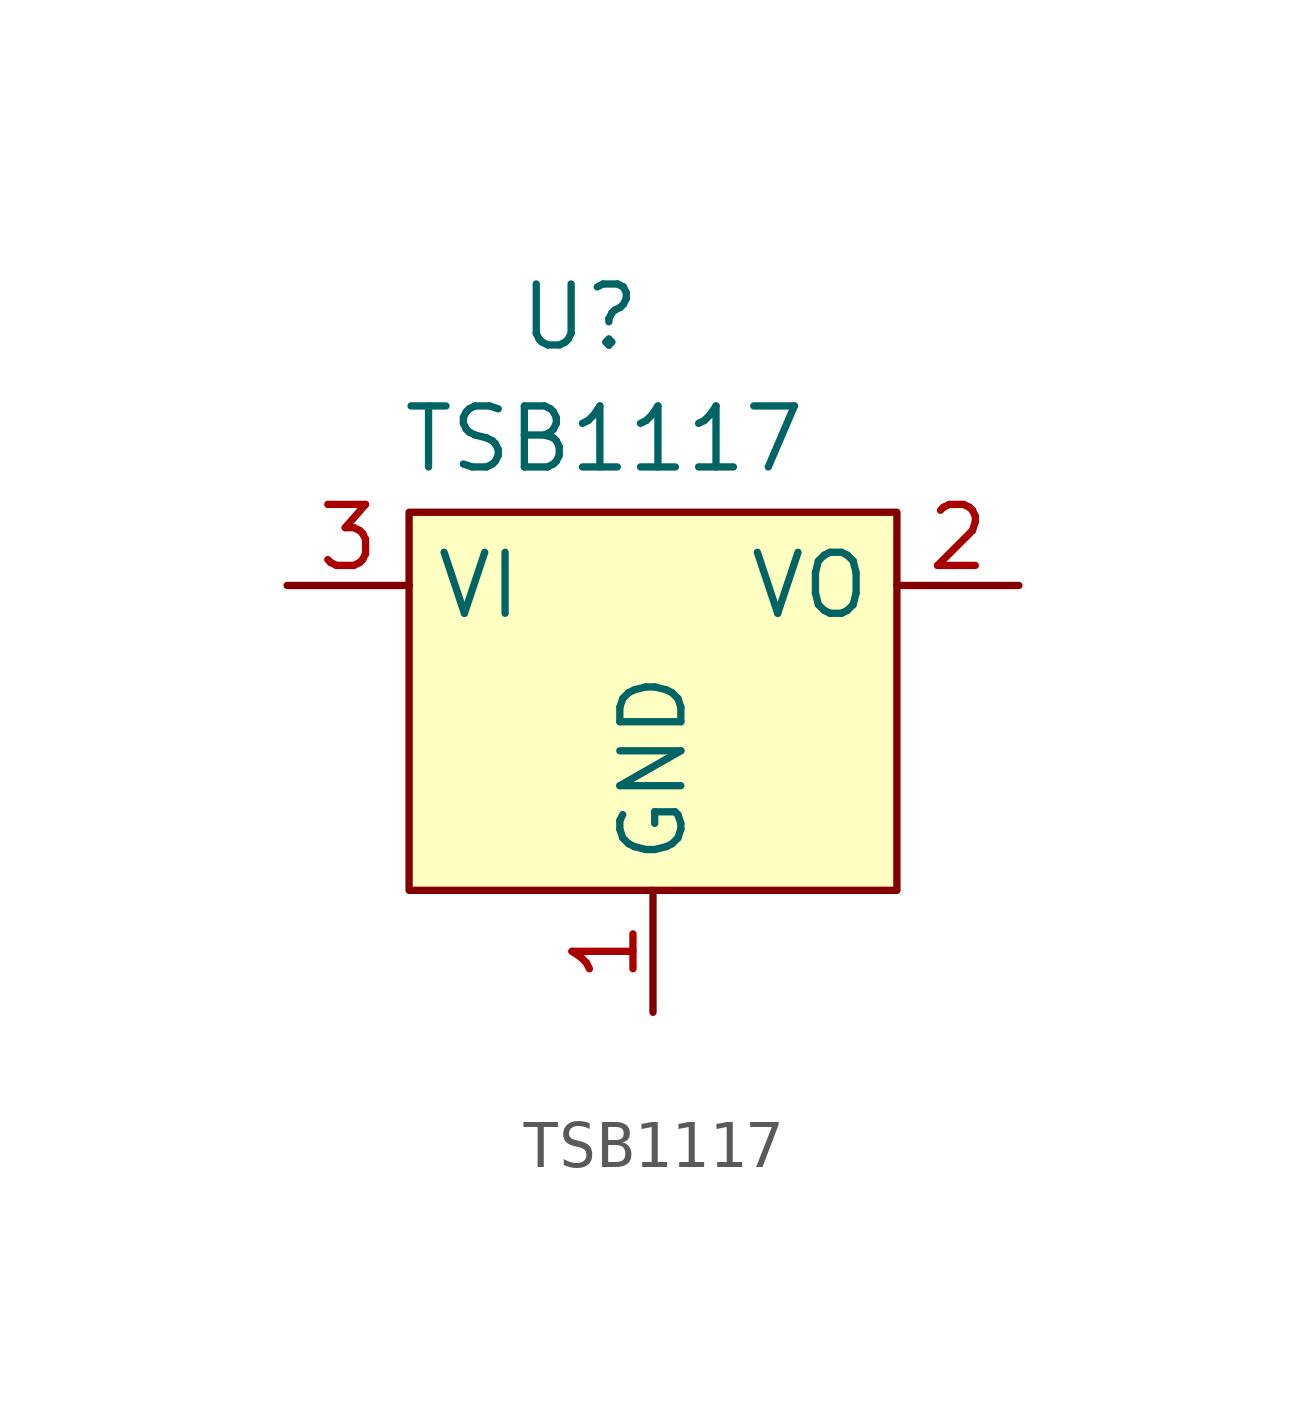
<source format=kicad_sym>
(kicad_symbol_lib
  (version 20231120)
  (generator "kicad_symbol_editor")
  (generator_version "8.0")
  (symbol "TSB1117"
    (property "Reference" "U"
      (at 1.016 4.318 0)
      (effects (font (size 1.27 1.27))))
    (property "Value" "TSB1117"
      (at 1.524 1.778 0)
      (effects (font (size 1.27 1.27))))
    (symbol "TSB1117_1_1"
      (rectangle (start -2.54 0.254) (end 7.62 -7.62) (stroke (width 0) (type default)) (fill (type background)))
      (pin passive line (at 2.54 -10.16 90) (length 2.54) (name "GND" (effects (font (size 1.27 1.27)))) (number "1" (effects (font (size 1.27 1.27)))))
      (pin passive line (at 10.16 -1.27 180) (length 2.54) (name "VO" (effects (font (size 1.27 1.27)))) (number "2" (effects (font (size 1.27 1.27)))))
      (pin passive line (at -5.08 -1.27 0) (length 2.54) (name "VI" (effects (font (size 1.27 1.27)))) (number "3" (effects (font (size 1.27 1.27))))))))
</source>
